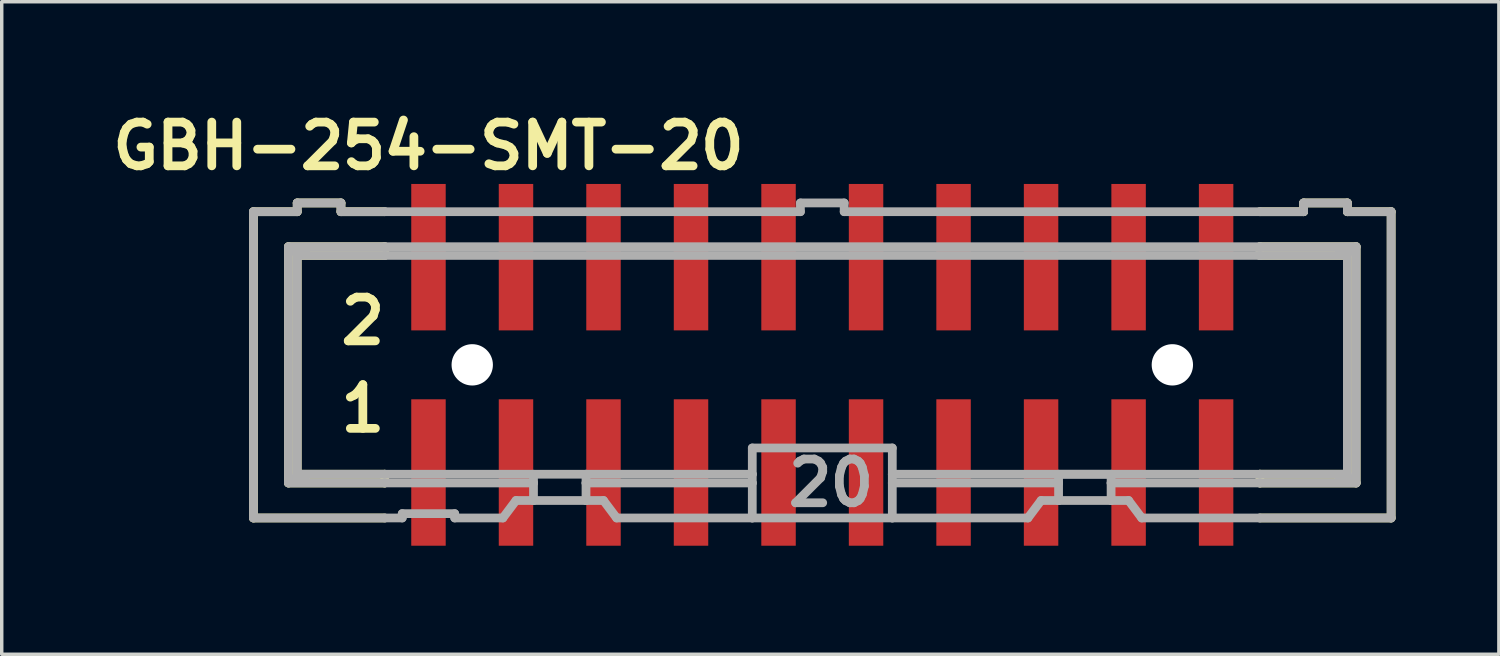
<source format=kicad_pcb>
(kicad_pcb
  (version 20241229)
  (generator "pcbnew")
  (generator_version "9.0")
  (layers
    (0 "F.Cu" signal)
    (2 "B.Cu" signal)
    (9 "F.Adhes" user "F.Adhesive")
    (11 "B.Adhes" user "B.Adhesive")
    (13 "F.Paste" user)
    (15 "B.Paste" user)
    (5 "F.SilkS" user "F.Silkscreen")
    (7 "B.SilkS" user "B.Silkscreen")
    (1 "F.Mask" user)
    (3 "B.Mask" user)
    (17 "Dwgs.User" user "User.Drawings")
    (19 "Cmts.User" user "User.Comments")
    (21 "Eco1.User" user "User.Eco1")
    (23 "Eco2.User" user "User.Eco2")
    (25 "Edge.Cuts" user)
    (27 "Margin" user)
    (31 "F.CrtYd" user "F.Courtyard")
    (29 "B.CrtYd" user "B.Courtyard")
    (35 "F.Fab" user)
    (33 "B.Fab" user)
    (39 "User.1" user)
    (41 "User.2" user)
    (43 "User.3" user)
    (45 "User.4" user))
  (footprint "GBH-254-SMT-20"
    (layer "F.Cu")
    (at 20.816 7.539)
    (property "Reference" "GBH-254-SMT-20" (at -11.43 -6.35 0) (layer "F.SilkS") (effects (font (size 1.27 1.27) (thickness 0.254))))
    (attr smd)
    (fp_line (start -16.51 -4.445) (end -16.51 4.445) (stroke (width 0.254) (type solid)) (layer "F.SilkS"))
    (fp_line (start -16.51 -4.445) (end -15.24 -4.445) (stroke (width 0.254) (type solid)) (layer "F.SilkS"))
    (fp_line (start -16.51 4.445) (end -12.7 4.445) (stroke (width 0.254) (type solid)) (layer "F.SilkS"))
    (fp_line (start -15.494 -3.429) (end -15.494 3.429) (stroke (width 0.254) (type solid)) (layer "F.SilkS"))
    (fp_line (start -15.494 3.429) (end -12.7 3.429) (stroke (width 0.254) (type solid)) (layer "F.SilkS"))
    (fp_line (start -15.4 -3.3) (end -15 -3.3) (stroke (width 0.254) (type solid)) (layer "F.SilkS"))
    (fp_line (start -15.4 3.3) (end -15 3.3) (stroke (width 0.254) (type solid)) (layer "F.SilkS"))
    (fp_line (start -15.24 -4.699) (end -15.24 -4.445) (stroke (width 0.254) (type solid)) (layer "F.SilkS"))
    (fp_line (start -15.24 -3.175) (end -15.24 3.175) (stroke (width 0.254) (type solid)) (layer "F.SilkS"))
    (fp_line (start -15.24 -3.175) (end -12.7 -3.175) (stroke (width 0.254) (type solid)) (layer "F.SilkS"))
    (fp_line (start -13.97 -4.699) (end -15.24 -4.699) (stroke (width 0.254) (type solid)) (layer "F.SilkS"))
    (fp_line (start -13.97 -4.699) (end -13.97 -4.445) (stroke (width 0.254) (type solid)) (layer "F.SilkS"))
    (fp_line (start -13.97 -4.445) (end -12.7 -4.445) (stroke (width 0.254) (type solid)) (layer "F.SilkS"))
    (fp_line (start -12.7 -3.429) (end -15.494 -3.429) (stroke (width 0.254) (type solid)) (layer "F.SilkS"))
    (fp_line (start -12.7 -3.429) (end -12.7 -3.175) (stroke (width 0.254) (type solid)) (layer "F.SilkS"))
    (fp_line (start -12.7 3.175) (end -15.24 3.175) (stroke (width 0.254) (type solid)) (layer "F.SilkS"))
    (fp_line (start -12.7 3.175) (end -12.7 3.429) (stroke (width 0.254) (type solid)) (layer "F.SilkS"))
    (fp_line (start 12.7 -4.445) (end 13.97 -4.445) (stroke (width 0.254) (type solid)) (layer "F.SilkS"))
    (fp_line (start 12.7 -3.429) (end 12.7 -3.175) (stroke (width 0.254) (type solid)) (layer "F.SilkS"))
    (fp_line (start 12.7 -3.175) (end 15.24 -3.175) (stroke (width 0.254) (type solid)) (layer "F.SilkS"))
    (fp_line (start 12.7 3.175) (end 12.7 3.429) (stroke (width 0.254) (type solid)) (layer "F.SilkS"))
    (fp_line (start 12.7 3.429) (end 15.494 3.429) (stroke (width 0.254) (type solid)) (layer "F.SilkS"))
    (fp_line (start 13.97 -4.445) (end 13.97 -4.699) (stroke (width 0.254) (type solid)) (layer "F.SilkS"))
    (fp_line (start 15 -3.3) (end 15.4 -3.3) (stroke (width 0.254) (type solid)) (layer "F.SilkS"))
    (fp_line (start 15 3.3) (end 15.4 3.3) (stroke (width 0.254) (type solid)) (layer "F.SilkS"))
    (fp_line (start 15.24 -4.699) (end 13.97 -4.699) (stroke (width 0.254) (type solid)) (layer "F.SilkS"))
    (fp_line (start 15.24 -4.445) (end 15.24 -4.699) (stroke (width 0.254) (type solid)) (layer "F.SilkS"))
    (fp_line (start 15.24 -4.445) (end 16.51 -4.445) (stroke (width 0.254) (type solid)) (layer "F.SilkS"))
    (fp_line (start 15.24 3.175) (end 12.7 3.175) (stroke (width 0.254) (type solid)) (layer "F.SilkS"))
    (fp_line (start 15.24 3.175) (end 15.24 -3.175) (stroke (width 0.254) (type solid)) (layer "F.SilkS"))
    (fp_line (start 15.494 -3.429) (end 12.7 -3.429) (stroke (width 0.254) (type solid)) (layer "F.SilkS"))
    (fp_line (start 15.494 3.429) (end 15.494 -3.429) (stroke (width 0.254) (type solid)) (layer "F.SilkS"))
    (fp_line (start 16.51 4.445) (end 12.7 4.445) (stroke (width 0.254) (type solid)) (layer "F.SilkS"))
    (fp_line (start 16.51 4.445) (end 16.51 -4.445) (stroke (width 0.254) (type solid)) (layer "F.SilkS"))
    (fp_line (start -16.51 -4.445) (end -16.51 4.445) (stroke (width 0.254) (type solid)) (layer "F.Fab"))
    (fp_line (start -16.51 -4.445) (end -15.24 -4.445) (stroke (width 0.254) (type solid)) (layer "F.Fab"))
    (fp_line (start -16.51 4.445) (end -12.7 4.445) (stroke (width 0.254) (type solid)) (layer "F.Fab"))
    (fp_line (start -15.494 -3.429) (end -15.494 3.429) (stroke (width 0.254) (type solid)) (layer "F.Fab"))
    (fp_line (start -15.494 3.429) (end -12.7 3.429) (stroke (width 0.254) (type solid)) (layer "F.Fab"))
    (fp_line (start -15.4 -3.3) (end -15 -3.3) (stroke (width 0.254) (type solid)) (layer "F.Fab"))
    (fp_line (start -15.4 3.3) (end -15 3.3) (stroke (width 0.254) (type solid)) (layer "F.Fab"))
    (fp_line (start -15.24 -4.699) (end -15.24 -4.445) (stroke (width 0.254) (type solid)) (layer "F.Fab"))
    (fp_line (start -15.24 -3.175) (end -15.24 3.175) (stroke (width 0.254) (type solid)) (layer "F.Fab"))
    (fp_line (start -15.24 -3.175) (end -12.7 -3.175) (stroke (width 0.254) (type solid)) (layer "F.Fab"))
    (fp_line (start -13.97 -4.699) (end -15.24 -4.699) (stroke (width 0.254) (type solid)) (layer "F.Fab"))
    (fp_line (start -13.97 -4.699) (end -13.97 -4.445) (stroke (width 0.254) (type solid)) (layer "F.Fab"))
    (fp_line (start -13.97 -4.445) (end -12.7 -4.445) (stroke (width 0.254) (type solid)) (layer "F.Fab"))
    (fp_line (start -12.7 -4.445) (end -0.635 -4.445) (stroke (width 0.254) (type solid)) (layer "F.Fab"))
    (fp_line (start -12.7 -3.429) (end -15.494 -3.429) (stroke (width 0.254) (type solid)) (layer "F.Fab"))
    (fp_line (start -12.7 -3.175) (end 12.7 -3.175) (stroke (width 0.254) (type solid)) (layer "F.Fab"))
    (fp_line (start -12.7 3.175) (end -15.24 3.175) (stroke (width 0.254) (type solid)) (layer "F.Fab"))
    (fp_line (start -12.7 3.429) (end -8.382 3.429) (stroke (width 0.254) (type solid)) (layer "F.Fab"))
    (fp_line (start -12.7 4.445) (end -12.192 4.445) (stroke (width 0.254) (type solid)) (layer "F.Fab"))
    (fp_line (start -12.192 4.318) (end -12.192 4.445) (stroke (width 0.254) (type solid)) (layer "F.Fab"))
    (fp_line (start -12.192 4.318) (end -10.668 4.318) (stroke (width 0.254) (type solid)) (layer "F.Fab"))
    (fp_line (start -10.668 4.445) (end -10.668 4.318) (stroke (width 0.254) (type solid)) (layer "F.Fab"))
    (fp_line (start -10.668 4.445) (end -9.271 4.445) (stroke (width 0.254) (type solid)) (layer "F.Fab"))
    (fp_line (start -9.271 4.445) (end -8.89 3.937) (stroke (width 0.254) (type solid)) (layer "F.Fab"))
    (fp_line (start -8.382 3.175) (end -8.382 3.429) (stroke (width 0.254) (type solid)) (layer "F.Fab"))
    (fp_line (start -8.382 3.429) (end -8.382 3.937) (stroke (width 0.254) (type solid)) (layer "F.Fab"))
    (fp_line (start -8.382 3.937) (end -8.89 3.937) (stroke (width 0.254) (type solid)) (layer "F.Fab"))
    (fp_line (start -6.858 3.175) (end -12.7 3.175) (stroke (width 0.254) (type solid)) (layer "F.Fab"))
    (fp_line (start -6.858 3.175) (end -6.858 3.429) (stroke (width 0.254) (type solid)) (layer "F.Fab"))
    (fp_line (start -6.858 3.429) (end -6.858 3.937) (stroke (width 0.254) (type solid)) (layer "F.Fab"))
    (fp_line (start -6.858 3.429) (end -2.032 3.429) (stroke (width 0.254) (type solid)) (layer "F.Fab"))
    (fp_line (start -6.858 3.937) (end -8.382 3.937) (stroke (width 0.254) (type solid)) (layer "F.Fab"))
    (fp_line (start -6.35 3.937) (end -6.858 3.937) (stroke (width 0.254) (type solid)) (layer "F.Fab"))
    (fp_line (start -6.35 3.937) (end -5.969 4.445) (stroke (width 0.254) (type solid)) (layer "F.Fab"))
    (fp_line (start -5.969 4.445) (end -2.032 4.445) (stroke (width 0.254) (type solid)) (layer "F.Fab"))
    (fp_line (start -2.032 3.175) (end -6.858 3.175) (stroke (width 0.254) (type solid)) (layer "F.Fab"))
    (fp_line (start -2.032 3.175) (end -2.032 2.413) (stroke (width 0.254) (type solid)) (layer "F.Fab"))
    (fp_line (start -2.032 3.175) (end -2.032 3.429) (stroke (width 0.254) (type solid)) (layer "F.Fab"))
    (fp_line (start -2.032 3.429) (end -2.032 4.445) (stroke (width 0.254) (type solid)) (layer "F.Fab"))
    (fp_line (start -0.635 -4.699) (end -0.635 -4.445) (stroke (width 0.254) (type solid)) (layer "F.Fab"))
    (fp_line (start 0.635 -4.699) (end -0.635 -4.699) (stroke (width 0.254) (type solid)) (layer "F.Fab"))
    (fp_line (start 0.635 -4.699) (end 0.635 -4.445) (stroke (width 0.254) (type solid)) (layer "F.Fab"))
    (fp_line (start 0.635 -4.445) (end 12.7 -4.445) (stroke (width 0.254) (type solid)) (layer "F.Fab"))
    (fp_line (start 2.032 2.413) (end -2.032 2.413) (stroke (width 0.254) (type solid)) (layer "F.Fab"))
    (fp_line (start 2.032 2.413) (end 2.032 3.175) (stroke (width 0.254) (type solid)) (layer "F.Fab"))
    (fp_line (start 2.032 3.175) (end 2.032 3.429) (stroke (width 0.254) (type solid)) (layer "F.Fab"))
    (fp_line (start 2.032 3.429) (end 2.032 4.445) (stroke (width 0.254) (type solid)) (layer "F.Fab"))
    (fp_line (start 2.032 4.445) (end -2.032 4.445) (stroke (width 0.254) (type solid)) (layer "F.Fab"))
    (fp_line (start 5.969 4.445) (end 2.032 4.445) (stroke (width 0.254) (type solid)) (layer "F.Fab"))
    (fp_line (start 5.969 4.445) (end 6.35 3.937) (stroke (width 0.254) (type solid)) (layer "F.Fab"))
    (fp_line (start 6.858 3.175) (end 6.858 3.429) (stroke (width 0.254) (type solid)) (layer "F.Fab"))
    (fp_line (start 6.858 3.429) (end 2.032 3.429) (stroke (width 0.254) (type solid)) (layer "F.Fab"))
    (fp_line (start 6.858 3.429) (end 6.858 3.937) (stroke (width 0.254) (type solid)) (layer "F.Fab"))
    (fp_line (start 6.858 3.937) (end 6.35 3.937) (stroke (width 0.254) (type solid)) (layer "F.Fab"))
    (fp_line (start 8.382 3.175) (end 2.032 3.175) (stroke (width 0.254) (type solid)) (layer "F.Fab"))
    (fp_line (start 8.382 3.175) (end 8.382 3.429) (stroke (width 0.254) (type solid)) (layer "F.Fab"))
    (fp_line (start 8.382 3.429) (end 8.382 3.937) (stroke (width 0.254) (type solid)) (layer "F.Fab"))
    (fp_line (start 8.382 3.429) (end 12.7 3.429) (stroke (width 0.254) (type solid)) (layer "F.Fab"))
    (fp_line (start 8.382 3.937) (end 6.858 3.937) (stroke (width 0.254) (type solid)) (layer "F.Fab"))
    (fp_line (start 8.89 3.937) (end 8.382 3.937) (stroke (width 0.254) (type solid)) (layer "F.Fab"))
    (fp_line (start 8.89 3.937) (end 9.271 4.445) (stroke (width 0.254) (type solid)) (layer "F.Fab"))
    (fp_line (start 12.7 -4.445) (end 13.97 -4.445) (stroke (width 0.254) (type solid)) (layer "F.Fab"))
    (fp_line (start 12.7 -3.429) (end -12.7 -3.429) (stroke (width 0.254) (type solid)) (layer "F.Fab"))
    (fp_line (start 12.7 -3.175) (end 15.24 -3.175) (stroke (width 0.254) (type solid)) (layer "F.Fab"))
    (fp_line (start 12.7 3.175) (end 6.858 3.175) (stroke (width 0.254) (type solid)) (layer "F.Fab"))
    (fp_line (start 12.7 3.429) (end 15.494 3.429) (stroke (width 0.254) (type solid)) (layer "F.Fab"))
    (fp_line (start 12.7 4.445) (end 9.271 4.445) (stroke (width 0.254) (type solid)) (layer "F.Fab"))
    (fp_line (start 13.97 -4.445) (end 13.97 -4.699) (stroke (width 0.254) (type solid)) (layer "F.Fab"))
    (fp_line (start 15 -3.3) (end 15.4 -3.3) (stroke (width 0.254) (type solid)) (layer "F.Fab"))
    (fp_line (start 15 3.3) (end 15.4 3.3) (stroke (width 0.254) (type solid)) (layer "F.Fab"))
    (fp_line (start 15.24 -4.699) (end 13.97 -4.699) (stroke (width 0.254) (type solid)) (layer "F.Fab"))
    (fp_line (start 15.24 -4.445) (end 15.24 -4.699) (stroke (width 0.254) (type solid)) (layer "F.Fab"))
    (fp_line (start 15.24 -4.445) (end 16.51 -4.445) (stroke (width 0.254) (type solid)) (layer "F.Fab"))
    (fp_line (start 15.24 3.175) (end 12.7 3.175) (stroke (width 0.254) (type solid)) (layer "F.Fab"))
    (fp_line (start 15.24 3.175) (end 15.24 -3.175) (stroke (width 0.254) (type solid)) (layer "F.Fab"))
    (fp_line (start 15.494 -3.429) (end 12.7 -3.429) (stroke (width 0.254) (type solid)) (layer "F.Fab"))
    (fp_line (start 15.494 3.429) (end 15.494 -3.429) (stroke (width 0.254) (type solid)) (layer "F.Fab"))
    (fp_line (start 16.51 4.445) (end 12.7 4.445) (stroke (width 0.254) (type solid)) (layer "F.Fab"))
    (fp_line (start 16.51 4.445) (end 16.51 -4.445) (stroke (width 0.254) (type solid)) (layer "F.Fab"))
    (fp_text user "2" (at -13.335 -1.27 0) (layer "F.SilkS") (effects (font (size 1.27 1.27) (thickness 0.254))))
    (fp_text user "1" (at -13.335 1.27 0) (layer "F.SilkS") (effects (font (size 1.27 1.27) (thickness 0.254))))
    (fp_text user "20" (at 0.254 3.429 0) (layer "F.Fab") (effects (font (size 1.27 1.27) (thickness 0.254))))
    (pad "" smd rect (at -11.43 -3.125) (size 1.7 4.55) (layers "F.Paste"))
    (pad "" smd rect (at -11.43 3.125) (size 1.7 4.55) (layers "F.Paste"))
    (pad "" np_thru_hole circle (at -10.16 0) (size 1.2 1.2) (drill 1.2) (layers "*.Cu" "*.Mask"))
    (pad "" smd rect (at -8.89 -3.125) (size 1.7 4.55) (layers "F.Paste"))
    (pad "" smd rect (at -8.89 3.125) (size 1.7 4.55) (layers "F.Paste"))
    (pad "" smd rect (at -6.35 -3.125) (size 1.7 4.55) (layers "F.Paste"))
    (pad "" smd rect (at -6.35 3.125) (size 1.7 4.55) (layers "F.Paste"))
    (pad "" smd rect (at -3.81 -3.125) (size 1.7 4.55) (layers "F.Paste"))
    (pad "" smd rect (at -3.81 3.125) (size 1.7 4.55) (layers "F.Paste"))
    (pad "" smd rect (at -1.27 -3.125) (size 1.7 4.55) (layers "F.Paste"))
    (pad "" smd rect (at -1.27 3.125) (size 1.7 4.55) (layers "F.Paste"))
    (pad "" smd rect (at 1.27 -3.125) (size 1.7 4.55) (layers "F.Paste"))
    (pad "" smd rect (at 1.27 3.125) (size 1.7 4.55) (layers "F.Paste"))
    (pad "" smd rect (at 3.81 -3.125) (size 1.7 4.55) (layers "F.Paste"))
    (pad "" smd rect (at 3.81 3.125) (size 1.7 4.55) (layers "F.Paste"))
    (pad "" smd rect (at 6.35 -3.125) (size 1.7 4.55) (layers "F.Paste"))
    (pad "" smd rect (at 6.35 3.125) (size 1.7 4.55) (layers "F.Paste"))
    (pad "" smd rect (at 8.89 -3.125) (size 1.7 4.55) (layers "F.Paste"))
    (pad "" smd rect (at 8.89 3.125) (size 1.7 4.55) (layers "F.Paste"))
    (pad "" np_thru_hole circle (at 10.16 0) (size 1.2 1.2) (drill 1.2) (layers "*.Cu" "*.Mask"))
    (pad "" smd rect (at 11.43 -3.125) (size 1.7 4.55) (layers "F.Paste"))
    (pad "" smd rect (at 11.43 3.125) (size 1.7 4.55) (layers "F.Paste"))
    (pad "1" smd rect (at -11.43 3.125 90) (size 4.25 1) (layers "F.Cu" "F.Mask"))
    (pad "2" smd rect (at -11.43 -3.125 90) (size 4.25 1) (layers "F.Cu" "F.Mask"))
    (pad "3" smd rect (at -8.89 3.125 90) (size 4.25 1) (layers "F.Cu" "F.Mask"))
    (pad "4" smd rect (at -8.89 -3.125 90) (size 4.25 1) (layers "F.Cu" "F.Mask"))
    (pad "5" smd rect (at -6.35 3.125 90) (size 4.25 1) (layers "F.Cu" "F.Mask"))
    (pad "6" smd rect (at -6.35 -3.125 90) (size 4.25 1) (layers "F.Cu" "F.Mask"))
    (pad "7" smd rect (at -3.81 3.125 90) (size 4.25 1) (layers "F.Cu" "F.Mask"))
    (pad "8" smd rect (at -3.81 -3.125 90) (size 4.25 1) (layers "F.Cu" "F.Mask"))
    (pad "9" smd rect (at -1.27 3.125 90) (size 4.25 1) (layers "F.Cu" "F.Mask"))
    (pad "10" smd rect (at -1.27 -3.125 90) (size 4.25 1) (layers "F.Cu" "F.Mask"))
    (pad "11" smd rect (at 1.27 3.125 90) (size 4.25 1) (layers "F.Cu" "F.Mask"))
    (pad "12" smd rect (at 1.27 -3.125 90) (size 4.25 1) (layers "F.Cu" "F.Mask"))
    (pad "13" smd rect (at 3.81 3.125 90) (size 4.25 1) (layers "F.Cu" "F.Mask"))
    (pad "14" smd rect (at 3.81 -3.125 90) (size 4.25 1) (layers "F.Cu" "F.Mask"))
    (pad "15" smd rect (at 6.35 3.125 90) (size 4.25 1) (layers "F.Cu" "F.Mask"))
    (pad "16" smd rect (at 6.35 -3.125 90) (size 4.25 1) (layers "F.Cu" "F.Mask"))
    (pad "17" smd rect (at 8.89 3.125 90) (size 4.25 1) (layers "F.Cu" "F.Mask"))
    (pad "18" smd rect (at 8.89 -3.125 90) (size 4.25 1) (layers "F.Cu" "F.Mask"))
    (pad "19" smd rect (at 11.43 3.125 90) (size 4.25 1) (layers "F.Cu" "F.Mask"))
    (pad "20" smd rect (at 11.43 -3.125 90) (size 4.25 1) (layers "F.Cu" "F.Mask")))
  (gr_rect
    (start -3 -3)
    (end 40.453 15.939)
    (stroke (width 0.1) (type default))
    (fill no)
    (layer "Edge.Cuts")))
</source>
